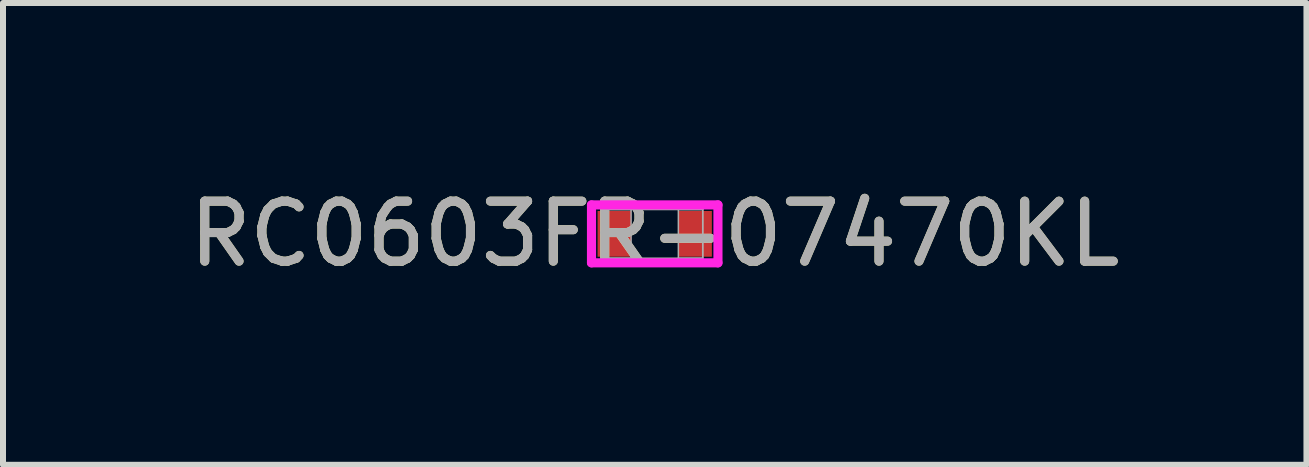
<source format=kicad_pcb>
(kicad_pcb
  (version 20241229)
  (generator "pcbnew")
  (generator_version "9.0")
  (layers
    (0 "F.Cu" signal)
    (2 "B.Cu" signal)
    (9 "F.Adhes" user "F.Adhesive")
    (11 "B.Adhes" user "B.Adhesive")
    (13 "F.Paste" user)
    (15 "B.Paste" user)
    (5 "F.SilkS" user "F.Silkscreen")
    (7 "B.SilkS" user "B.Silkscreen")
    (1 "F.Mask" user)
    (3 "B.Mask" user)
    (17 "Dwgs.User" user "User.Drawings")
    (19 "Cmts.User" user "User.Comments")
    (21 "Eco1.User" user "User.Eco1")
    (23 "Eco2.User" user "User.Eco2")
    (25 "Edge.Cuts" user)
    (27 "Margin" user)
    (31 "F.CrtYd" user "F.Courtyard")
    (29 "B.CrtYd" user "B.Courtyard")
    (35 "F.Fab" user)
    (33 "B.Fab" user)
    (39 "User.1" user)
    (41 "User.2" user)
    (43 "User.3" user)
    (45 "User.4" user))
  (footprint "RC0603FR-07470KL"
    (layer "F.Cu")
    (at 7.863 0.848)
    (property "Reference" "RC0603FR-07470KL" (at 0 0 0) (unlocked yes) (layer "F.SilkS") (effects (font (size 1 1) (thickness 0.15))))
    (attr smd)
    (fp_line (start -1.054 -0.483) (end 1.054 -0.483) (stroke (width 0.152) (type solid)) (layer "F.CrtYd"))
    (fp_line (start -1.054 0.483) (end -1.054 -0.483) (stroke (width 0.152) (type solid)) (layer "F.CrtYd"))
    (fp_line (start 1.054 -0.483) (end 1.054 0.483) (stroke (width 0.152) (type solid)) (layer "F.CrtYd"))
    (fp_line (start 1.054 0.483) (end -1.054 0.483) (stroke (width 0.152) (type solid)) (layer "F.CrtYd"))
    (fp_line (start -0.8 -0.406) (end -0.8 0.406) (stroke (width 0.025) (type solid)) (layer "F.Fab"))
    (fp_line (start -0.8 -0.406) (end -0.8 0.406) (stroke (width 0.025) (type solid)) (layer "F.Fab"))
    (fp_line (start -0.8 0.406) (end -0.394 0.406) (stroke (width 0.025) (type solid)) (layer "F.Fab"))
    (fp_line (start -0.8 0.406) (end 0.8 0.406) (stroke (width 0.025) (type solid)) (layer "F.Fab"))
    (fp_line (start -0.394 -0.406) (end -0.8 -0.406) (stroke (width 0.025) (type solid)) (layer "F.Fab"))
    (fp_line (start -0.394 0.406) (end -0.394 -0.406) (stroke (width 0.025) (type solid)) (layer "F.Fab"))
    (fp_line (start 0.394 -0.406) (end 0.394 0.406) (stroke (width 0.025) (type solid)) (layer "F.Fab"))
    (fp_line (start 0.394 0.406) (end 0.8 0.406) (stroke (width 0.025) (type solid)) (layer "F.Fab"))
    (fp_line (start 0.8 -0.406) (end -0.8 -0.406) (stroke (width 0.025) (type solid)) (layer "F.Fab"))
    (fp_line (start 0.8 -0.406) (end 0.394 -0.406) (stroke (width 0.025) (type solid)) (layer "F.Fab"))
    (fp_line (start 0.8 0.406) (end 0.8 -0.406) (stroke (width 0.025) (type solid)) (layer "F.Fab"))
    (fp_line (start 0.8 0.406) (end 0.8 -0.406) (stroke (width 0.025) (type solid)) (layer "F.Fab"))
    (fp_text user "${REFERENCE}" (at 0 0 0) (unlocked yes) (layer "F.Fab") (effects (font (size 1 1) (thickness 0.15))))
    (pad "1" smd rect (at -0.673 0) (size 0.559 0.762) (layers "F.Cu" "F.Mask" "F.Paste"))
    (pad "2" smd rect (at 0.673 0) (size 0.559 0.762) (layers "F.Cu" "F.Mask" "F.Paste"))
    (zone (net_name "") (layer "F.Cu") (hatch full 0.508) (connect_pads) (min_thickness 0.254) (filled_areas_thickness no) (keepout (tracks not_allowed) (vias not_allowed) (pads allowed) (copperpour not_allowed) (footprints allowed)) (placement (enabled no)) (fill) (polygon (pts (xy 7.52 0.493) (xy 8.206 0.493) (xy 8.206 1.204) (xy 7.52 1.204)))))
  (gr_rect
    (start -3 -3)
    (end 18.726 4.697)
    (stroke (width 0.1) (type default))
    (fill no)
    (layer "Edge.Cuts")))
</source>
